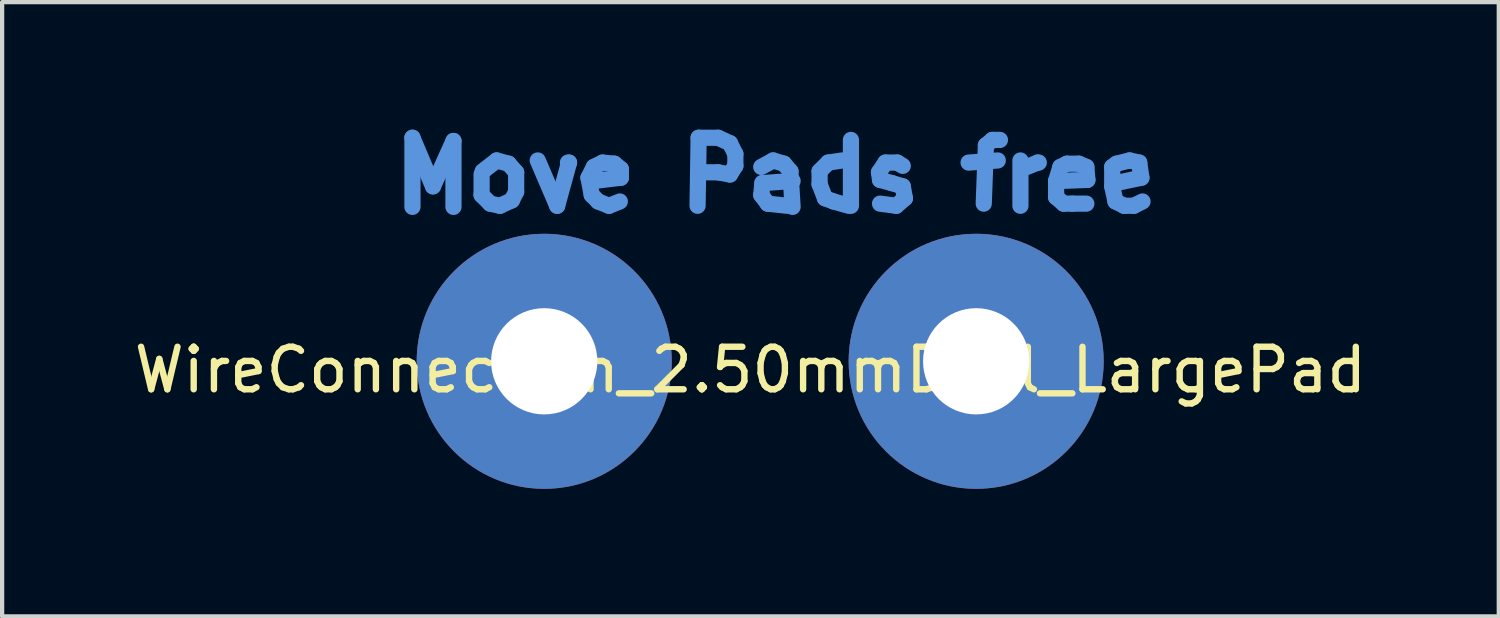
<source format=kicad_pcb>
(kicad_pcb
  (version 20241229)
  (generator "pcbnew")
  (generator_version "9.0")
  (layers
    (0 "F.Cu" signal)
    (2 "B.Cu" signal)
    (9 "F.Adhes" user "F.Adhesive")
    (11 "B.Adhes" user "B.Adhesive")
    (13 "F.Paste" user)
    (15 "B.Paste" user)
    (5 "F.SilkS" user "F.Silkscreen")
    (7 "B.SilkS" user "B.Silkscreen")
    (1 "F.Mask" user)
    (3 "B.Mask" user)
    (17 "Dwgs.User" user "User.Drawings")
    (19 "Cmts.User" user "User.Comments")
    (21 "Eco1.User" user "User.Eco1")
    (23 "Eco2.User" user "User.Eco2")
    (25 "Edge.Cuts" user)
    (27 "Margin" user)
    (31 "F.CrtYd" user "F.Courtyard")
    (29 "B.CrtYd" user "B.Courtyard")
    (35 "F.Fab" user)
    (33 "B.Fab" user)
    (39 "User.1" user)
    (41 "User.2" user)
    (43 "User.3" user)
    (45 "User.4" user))
  (footprint "WireConnection_2.50mmDrill_LargePad"
    (layer "F.Cu")
    (at 9.75 5.448)
    (property "Reference" "WireConnection_2.50mmDrill_LargePad" (at 4.851 0.203 0) (layer "F.SilkS") (effects (font (size 1 1) (thickness 0.15))))
    (attr through_hole)
    (fp_line (start -3.099 -5.258) (end -2.616 -4.115) (stroke (width 0.381) (type solid)) (layer "Cmts.User"))
    (fp_line (start -3.099 -3.632) (end -3.099 -5.258) (stroke (width 0.381) (type solid)) (layer "Cmts.User"))
    (fp_line (start -2.616 -4.115) (end -2.134 -5.182) (stroke (width 0.381) (type solid)) (layer "Cmts.User"))
    (fp_line (start -2.134 -5.182) (end -2.134 -3.632) (stroke (width 0.381) (type solid)) (layer "Cmts.User"))
    (fp_line (start -1.473 -4.394) (end -1.473 -3.912) (stroke (width 0.381) (type solid)) (layer "Cmts.User"))
    (fp_line (start -1.473 -3.912) (end -1.27 -3.708) (stroke (width 0.381) (type solid)) (layer "Cmts.User"))
    (fp_line (start -1.27 -3.708) (end -1.041 -3.658) (stroke (width 0.381) (type solid)) (layer "Cmts.User"))
    (fp_line (start -1.118 -4.724) (end -1.448 -4.47) (stroke (width 0.381) (type solid)) (layer "Cmts.User"))
    (fp_line (start -1.041 -3.658) (end -0.762 -3.785) (stroke (width 0.381) (type solid)) (layer "Cmts.User"))
    (fp_line (start -0.838 -4.648) (end -1.118 -4.724) (stroke (width 0.381) (type solid)) (layer "Cmts.User"))
    (fp_line (start -0.762 -3.785) (end -0.66 -3.988) (stroke (width 0.381) (type solid)) (layer "Cmts.User"))
    (fp_line (start -0.66 -4.445) (end -0.838 -4.648) (stroke (width 0.381) (type solid)) (layer "Cmts.User"))
    (fp_line (start -0.66 -3.988) (end -0.66 -4.445) (stroke (width 0.381) (type solid)) (layer "Cmts.User"))
    (fp_line (start -0.152 -4.724) (end 0.305 -3.658) (stroke (width 0.381) (type solid)) (layer "Cmts.User"))
    (fp_line (start 0.305 -3.658) (end 0.584 -4.674) (stroke (width 0.381) (type solid)) (layer "Cmts.User"))
    (fp_line (start 0.584 -4.674) (end 0.559 -4.674) (stroke (width 0.381) (type solid)) (layer "Cmts.User"))
    (fp_line (start 1.041 -4.318) (end 1.168 -4.572) (stroke (width 0.381) (type solid)) (layer "Cmts.User"))
    (fp_line (start 1.118 -3.912) (end 1.041 -4.318) (stroke (width 0.381) (type solid)) (layer "Cmts.User"))
    (fp_line (start 1.168 -4.572) (end 1.372 -4.674) (stroke (width 0.381) (type solid)) (layer "Cmts.User"))
    (fp_line (start 1.27 -3.759) (end 1.118 -3.912) (stroke (width 0.381) (type solid)) (layer "Cmts.User"))
    (fp_line (start 1.372 -4.674) (end 1.651 -4.648) (stroke (width 0.381) (type solid)) (layer "Cmts.User"))
    (fp_line (start 1.524 -3.658) (end 1.27 -3.759) (stroke (width 0.381) (type solid)) (layer "Cmts.User"))
    (fp_line (start 1.651 -4.648) (end 1.803 -4.521) (stroke (width 0.381) (type solid)) (layer "Cmts.User"))
    (fp_line (start 1.778 -3.759) (end 1.524 -3.658) (stroke (width 0.381) (type solid)) (layer "Cmts.User"))
    (fp_line (start 1.803 -4.521) (end 1.803 -4.318) (stroke (width 0.381) (type solid)) (layer "Cmts.User"))
    (fp_line (start 1.803 -4.318) (end 1.168 -4.242) (stroke (width 0.381) (type solid)) (layer "Cmts.User"))
    (fp_line (start 3.607 -3.658) (end 3.632 -5.258) (stroke (width 0.381) (type solid)) (layer "Cmts.User"))
    (fp_line (start 3.632 -5.258) (end 4.089 -5.258) (stroke (width 0.381) (type solid)) (layer "Cmts.User"))
    (fp_line (start 4.089 -5.258) (end 4.369 -5.131) (stroke (width 0.381) (type solid)) (layer "Cmts.User"))
    (fp_line (start 4.089 -4.445) (end 3.632 -4.445) (stroke (width 0.381) (type solid)) (layer "Cmts.User"))
    (fp_line (start 4.369 -5.131) (end 4.496 -4.877) (stroke (width 0.381) (type solid)) (layer "Cmts.User"))
    (fp_line (start 4.369 -4.394) (end 4.089 -4.445) (stroke (width 0.381) (type solid)) (layer "Cmts.User"))
    (fp_line (start 4.496 -4.877) (end 4.496 -4.597) (stroke (width 0.381) (type solid)) (layer "Cmts.User"))
    (fp_line (start 4.496 -4.597) (end 4.369 -4.394) (stroke (width 0.381) (type solid)) (layer "Cmts.User"))
    (fp_line (start 5.105 -4.572) (end 5.385 -4.724) (stroke (width 0.381) (type solid)) (layer "Cmts.User"))
    (fp_line (start 5.105 -3.912) (end 5.131 -4.191) (stroke (width 0.381) (type solid)) (layer "Cmts.User"))
    (fp_line (start 5.131 -4.191) (end 5.842 -4.242) (stroke (width 0.381) (type solid)) (layer "Cmts.User"))
    (fp_line (start 5.258 -3.708) (end 5.105 -3.912) (stroke (width 0.381) (type solid)) (layer "Cmts.User"))
    (fp_line (start 5.385 -4.724) (end 5.639 -4.648) (stroke (width 0.381) (type solid)) (layer "Cmts.User"))
    (fp_line (start 5.639 -4.648) (end 5.791 -4.47) (stroke (width 0.381) (type solid)) (layer "Cmts.User"))
    (fp_line (start 5.715 -3.658) (end 5.258 -3.708) (stroke (width 0.381) (type solid)) (layer "Cmts.User"))
    (fp_line (start 5.791 -4.47) (end 5.842 -3.632) (stroke (width 0.381) (type solid)) (layer "Cmts.User"))
    (fp_line (start 6.477 -4.47) (end 6.68 -4.674) (stroke (width 0.381) (type solid)) (layer "Cmts.User"))
    (fp_line (start 6.477 -4.166) (end 6.477 -4.47) (stroke (width 0.381) (type solid)) (layer "Cmts.User"))
    (fp_line (start 6.604 -3.835) (end 6.477 -4.166) (stroke (width 0.381) (type solid)) (layer "Cmts.User"))
    (fp_line (start 6.68 -4.674) (end 7.01 -4.724) (stroke (width 0.381) (type solid)) (layer "Cmts.User"))
    (fp_line (start 6.807 -3.759) (end 6.604 -3.835) (stroke (width 0.381) (type solid)) (layer "Cmts.User"))
    (fp_line (start 7.163 -3.658) (end 6.807 -3.759) (stroke (width 0.381) (type solid)) (layer "Cmts.User"))
    (fp_line (start 7.214 -5.207) (end 7.214 -3.658) (stroke (width 0.381) (type solid)) (layer "Cmts.User"))
    (fp_line (start 7.874 -4.445) (end 7.899 -4.267) (stroke (width 0.381) (type solid)) (layer "Cmts.User"))
    (fp_line (start 7.899 -4.267) (end 8.179 -4.191) (stroke (width 0.381) (type solid)) (layer "Cmts.User"))
    (fp_line (start 8.026 -4.674) (end 7.874 -4.445) (stroke (width 0.381) (type solid)) (layer "Cmts.User"))
    (fp_line (start 8.179 -4.191) (end 8.433 -4.115) (stroke (width 0.381) (type solid)) (layer "Cmts.User"))
    (fp_line (start 8.28 -3.658) (end 7.899 -3.708) (stroke (width 0.381) (type solid)) (layer "Cmts.User"))
    (fp_line (start 8.306 -4.674) (end 8.026 -4.674) (stroke (width 0.381) (type solid)) (layer "Cmts.User"))
    (fp_line (start 8.433 -4.597) (end 8.306 -4.674) (stroke (width 0.381) (type solid)) (layer "Cmts.User"))
    (fp_line (start 8.433 -4.115) (end 8.484 -3.835) (stroke (width 0.381) (type solid)) (layer "Cmts.User"))
    (fp_line (start 8.484 -3.835) (end 8.28 -3.658) (stroke (width 0.381) (type solid)) (layer "Cmts.User"))
    (fp_line (start 9.982 -4.674) (end 10.668 -4.724) (stroke (width 0.381) (type solid)) (layer "Cmts.User"))
    (fp_line (start 10.389 -5.08) (end 10.338 -3.708) (stroke (width 0.381) (type solid)) (layer "Cmts.User"))
    (fp_line (start 10.541 -5.207) (end 10.389 -5.08) (stroke (width 0.381) (type solid)) (layer "Cmts.User"))
    (fp_line (start 10.719 -5.207) (end 10.541 -5.207) (stroke (width 0.381) (type solid)) (layer "Cmts.User"))
    (fp_line (start 11.201 -4.724) (end 11.201 -3.658) (stroke (width 0.381) (type solid)) (layer "Cmts.User"))
    (fp_line (start 11.227 -4.521) (end 11.608 -4.674) (stroke (width 0.381) (type solid)) (layer "Cmts.User"))
    (fp_line (start 11.608 -4.674) (end 11.633 -4.674) (stroke (width 0.381) (type solid)) (layer "Cmts.User"))
    (fp_line (start 12.04 -4.242) (end 12.141 -4.572) (stroke (width 0.381) (type solid)) (layer "Cmts.User"))
    (fp_line (start 12.04 -3.861) (end 12.04 -4.242) (stroke (width 0.381) (type solid)) (layer "Cmts.User"))
    (fp_line (start 12.141 -4.572) (end 12.294 -4.648) (stroke (width 0.381) (type solid)) (layer "Cmts.User"))
    (fp_line (start 12.217 -3.708) (end 12.04 -3.861) (stroke (width 0.381) (type solid)) (layer "Cmts.User"))
    (fp_line (start 12.294 -4.648) (end 12.573 -4.648) (stroke (width 0.381) (type solid)) (layer "Cmts.User"))
    (fp_line (start 12.421 -3.708) (end 12.217 -3.708) (stroke (width 0.381) (type solid)) (layer "Cmts.User"))
    (fp_line (start 12.573 -4.648) (end 12.751 -4.572) (stroke (width 0.381) (type solid)) (layer "Cmts.User"))
    (fp_line (start 12.751 -4.572) (end 12.776 -4.267) (stroke (width 0.381) (type solid)) (layer "Cmts.User"))
    (fp_line (start 12.751 -3.708) (end 12.421 -3.708) (stroke (width 0.381) (type solid)) (layer "Cmts.User"))
    (fp_line (start 12.776 -4.267) (end 12.141 -4.242) (stroke (width 0.381) (type solid)) (layer "Cmts.User"))
    (fp_line (start 13.36 -4.572) (end 13.462 -4.648) (stroke (width 0.381) (type solid)) (layer "Cmts.User"))
    (fp_line (start 13.36 -4.115) (end 13.36 -4.572) (stroke (width 0.381) (type solid)) (layer "Cmts.User"))
    (fp_line (start 13.437 -4.191) (end 13.437 -4.242) (stroke (width 0.381) (type solid)) (layer "Cmts.User"))
    (fp_line (start 13.437 -3.759) (end 13.36 -4.115) (stroke (width 0.381) (type solid)) (layer "Cmts.User"))
    (fp_line (start 13.462 -4.648) (end 13.767 -4.724) (stroke (width 0.381) (type solid)) (layer "Cmts.User"))
    (fp_line (start 13.64 -3.658) (end 13.437 -3.759) (stroke (width 0.381) (type solid)) (layer "Cmts.User"))
    (fp_line (start 13.767 -4.724) (end 13.995 -4.674) (stroke (width 0.381) (type solid)) (layer "Cmts.User"))
    (fp_line (start 13.868 -3.658) (end 13.64 -3.658) (stroke (width 0.381) (type solid)) (layer "Cmts.User"))
    (fp_line (start 13.995 -4.674) (end 14.046 -4.318) (stroke (width 0.381) (type solid)) (layer "Cmts.User"))
    (fp_line (start 14.046 -4.318) (end 13.437 -4.191) (stroke (width 0.381) (type solid)) (layer "Cmts.User"))
    (fp_line (start 14.072 -3.759) (end 13.868 -3.658) (stroke (width 0.381) (type solid)) (layer "Cmts.User"))
    (pad "1" thru_hole circle (at 0 0) (size 5.999 5.999) (drill 2.499) (layers "*.Cu" "*.Mask"))
    (pad "2" thru_hole circle (at 10.16 0) (size 5.999 5.999) (drill 2.499) (layers "*.Cu" "*.Mask")))
  (gr_rect
    (start -3 -3)
    (end 32.202 11.448)
    (stroke (width 0.1) (type default))
    (fill no)
    (layer "Edge.Cuts")))
</source>
